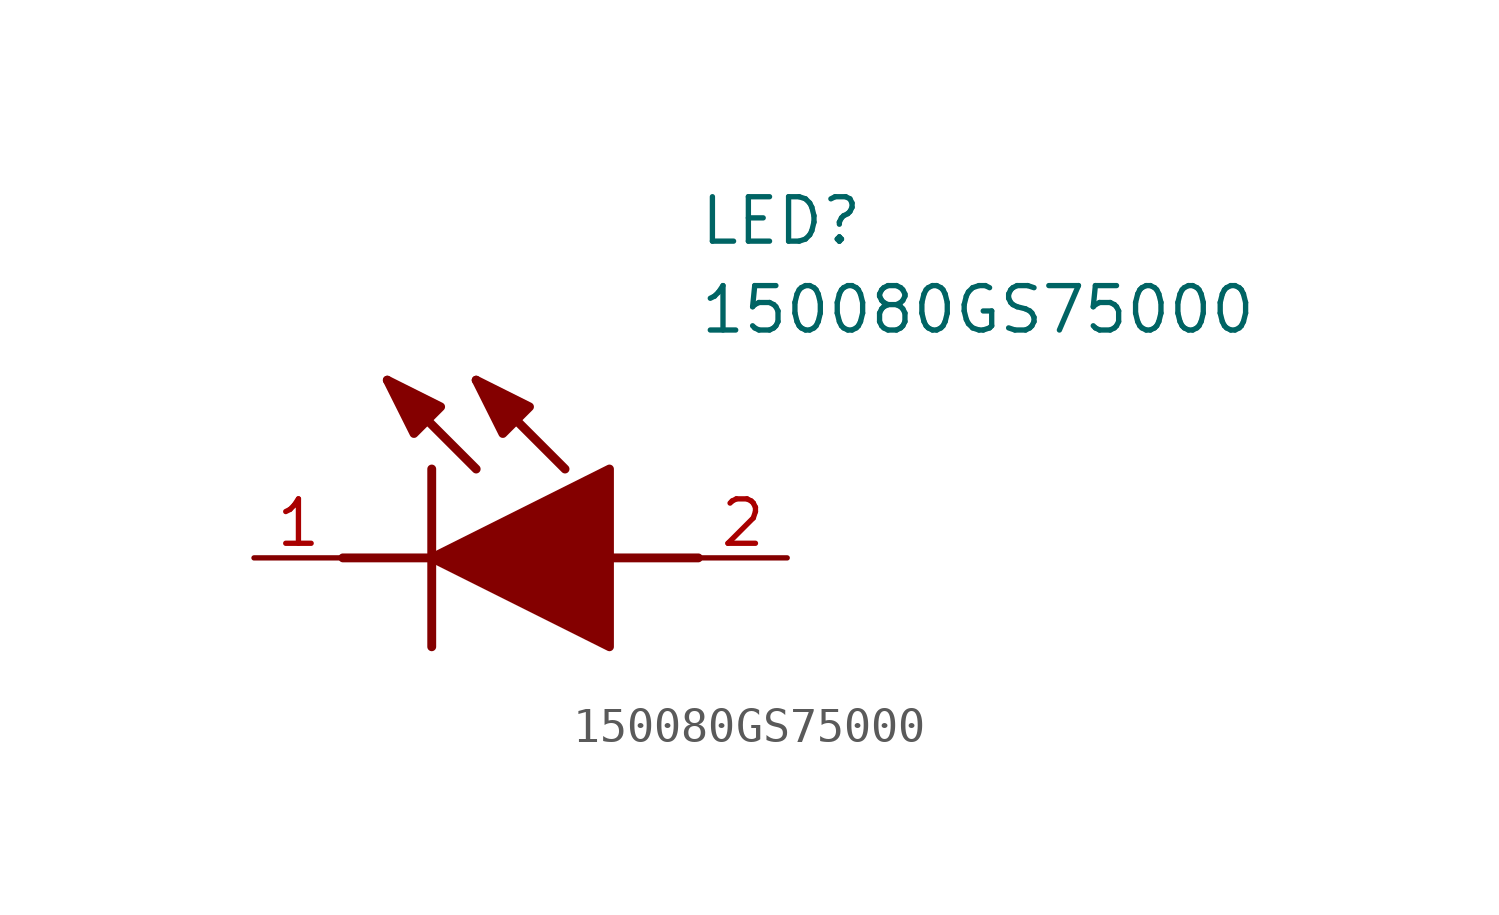
<source format=kicad_sym>
(kicad_symbol_lib
  (version 20211014)
  (generator SamacSys_ECAD_Model)
  (symbol "150080GS75000"
    (pin_names hide)
    (property "Reference" "LED"
      (at 12.7 8.89 0)
      (effects (font (size 1.27 1.27)) (justify left bottom)))
    (property "Value" "150080GS75000"
      (at 12.7 6.35 0)
      (effects (font (size 1.27 1.27)) (justify left bottom)))
    (polyline
      (pts (xy 5.08 2.54) (xy 5.08 -2.54))
      (stroke (width 0.254) (type default))
      (fill (type none)))
    (polyline
      (pts (xy 6.35 2.54) (xy 3.81 5.08))
      (stroke (width 0.254) (type default))
      (fill (type none)))
    (polyline
      (pts (xy 8.89 2.54) (xy 6.35 5.08))
      (stroke (width 0.254) (type default))
      (fill (type none)))
    (polyline
      (pts (xy 2.54 0) (xy 5.08 0))
      (stroke (width 0.254) (type default))
      (fill (type none)))
    (polyline
      (pts (xy 10.16 0) (xy 12.7 0))
      (stroke (width 0.254) (type default))
      (fill (type none)))
    (polyline
      (pts (xy 5.08 0) (xy 10.16 2.54) (xy 10.16 -2.54) (xy 5.08 0))
      (stroke (width 0.254) (type default))
      (fill (type outline)))
    (polyline
      (pts (xy 5.334 4.318) (xy 4.572 3.556) (xy 3.81 5.08) (xy 5.334 4.318))
      (stroke (width 0.254) (type default))
      (fill (type outline)))
    (polyline
      (pts (xy 7.874 4.318) (xy 7.112 3.556) (xy 6.35 5.08) (xy 7.874 4.318))
      (stroke (width 0.254) (type default))
      (fill (type outline)))
    (pin passive line
      (at 0 0 0)
      (length 2.54)
      (name "K" (effects (font (size 1.27 1.27))))
      (number "1" (effects (font (size 1.27 1.27)))))
    (pin passive line
      (at 15.24 0 180)
      (length 2.54)
      (name "A" (effects (font (size 1.27 1.27))))
      (number "2" (effects (font (size 1.27 1.27)))))))
</source>
